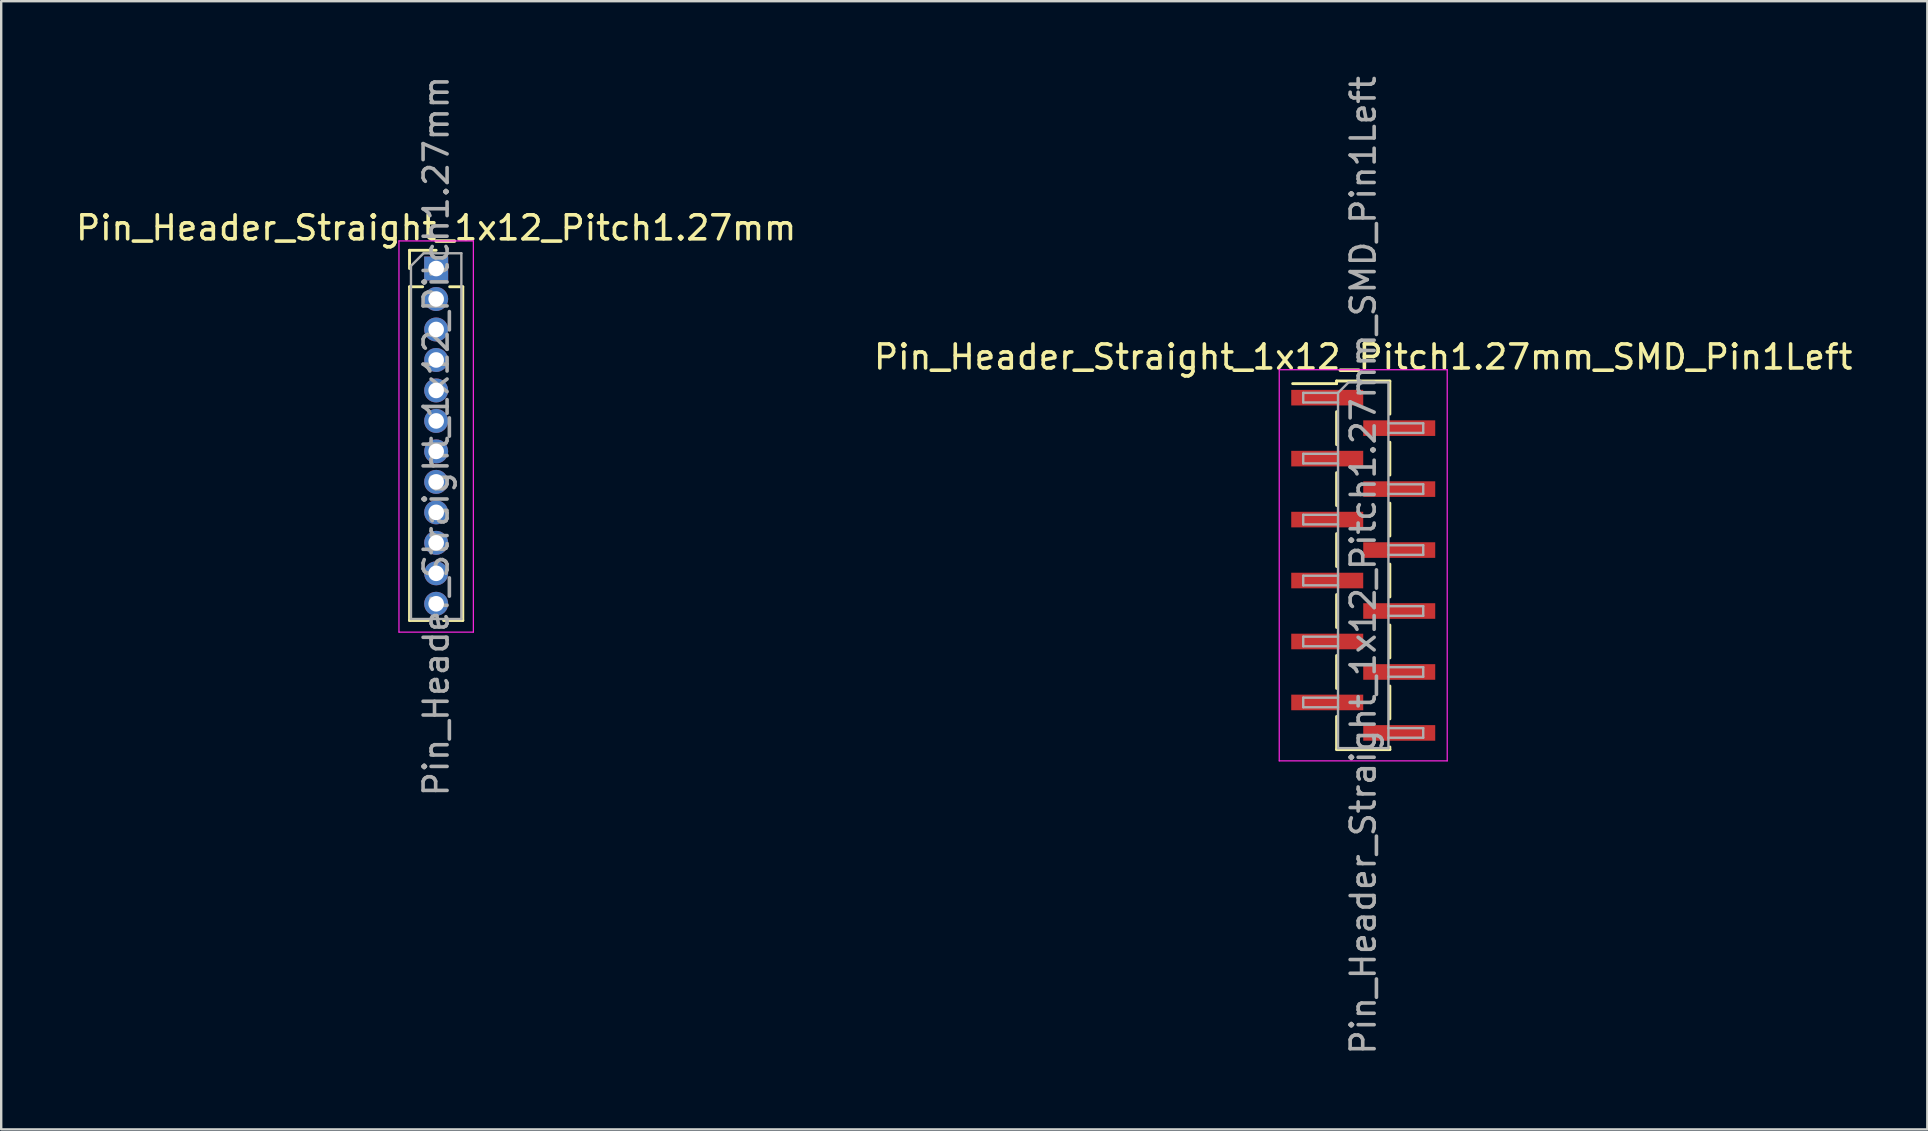
<source format=kicad_pcb>
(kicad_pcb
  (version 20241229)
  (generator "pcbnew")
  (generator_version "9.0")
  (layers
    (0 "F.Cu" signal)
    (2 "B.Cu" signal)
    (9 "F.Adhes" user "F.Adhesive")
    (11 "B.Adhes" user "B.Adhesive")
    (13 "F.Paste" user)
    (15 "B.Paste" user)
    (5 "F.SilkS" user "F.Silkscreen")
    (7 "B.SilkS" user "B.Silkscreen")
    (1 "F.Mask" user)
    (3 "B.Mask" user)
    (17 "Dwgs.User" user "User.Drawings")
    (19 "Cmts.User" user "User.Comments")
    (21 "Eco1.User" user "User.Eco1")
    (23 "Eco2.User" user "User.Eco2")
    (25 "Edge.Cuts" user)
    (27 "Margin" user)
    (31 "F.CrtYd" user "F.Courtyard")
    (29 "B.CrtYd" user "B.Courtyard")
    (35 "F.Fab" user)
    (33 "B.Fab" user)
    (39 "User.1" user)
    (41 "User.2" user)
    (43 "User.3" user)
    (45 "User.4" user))
  (footprint "Pin_Header_Straight_1x12_Pitch1.27mm_SMD_Pin1Left"
    (layer "F.Cu")
    (at 53.756 20.506)
    (property "Reference" "Pin_Header_Straight_1x12_Pitch1.27mm_SMD_Pin1Left" (at 0 -8.68 0) (layer "F.SilkS") (effects (font (size 1 1) (thickness 0.15))))
    (attr smd)
    (fp_line (start -1.11 -7.68) (end -1.11 -7.57) (stroke (width 0.12) (type solid)) (layer "F.SilkS"))
    (fp_line (start -1.11 -7.68) (end 1.11 -7.68) (stroke (width 0.12) (type solid)) (layer "F.SilkS"))
    (fp_line (start -1.11 -7.57) (end -2.94 -7.57) (stroke (width 0.12) (type solid)) (layer "F.SilkS"))
    (fp_line (start -1.11 -6.4) (end -1.11 -5.03) (stroke (width 0.12) (type solid)) (layer "F.SilkS"))
    (fp_line (start -1.11 -3.86) (end -1.11 -2.49) (stroke (width 0.12) (type solid)) (layer "F.SilkS"))
    (fp_line (start -1.11 -1.32) (end -1.11 0.05) (stroke (width 0.12) (type solid)) (layer "F.SilkS"))
    (fp_line (start -1.11 1.22) (end -1.11 2.59) (stroke (width 0.12) (type solid)) (layer "F.SilkS"))
    (fp_line (start -1.11 3.76) (end -1.11 5.13) (stroke (width 0.12) (type solid)) (layer "F.SilkS"))
    (fp_line (start -1.11 6.3) (end -1.11 7.67) (stroke (width 0.12) (type solid)) (layer "F.SilkS"))
    (fp_line (start -1.11 7.68) (end 1.11 7.68) (stroke (width 0.12) (type solid)) (layer "F.SilkS"))
    (fp_line (start 1.11 -7.67) (end 1.11 -6.3) (stroke (width 0.12) (type solid)) (layer "F.SilkS"))
    (fp_line (start 1.11 -5.13) (end 1.11 -3.76) (stroke (width 0.12) (type solid)) (layer "F.SilkS"))
    (fp_line (start 1.11 -2.59) (end 1.11 -1.22) (stroke (width 0.12) (type solid)) (layer "F.SilkS"))
    (fp_line (start 1.11 -0.05) (end 1.11 1.32) (stroke (width 0.12) (type solid)) (layer "F.SilkS"))
    (fp_line (start 1.11 2.49) (end 1.11 3.86) (stroke (width 0.12) (type solid)) (layer "F.SilkS"))
    (fp_line (start 1.11 5.03) (end 1.11 6.4) (stroke (width 0.12) (type solid)) (layer "F.SilkS"))
    (fp_line (start 1.11 7.57) (end 1.11 7.68) (stroke (width 0.12) (type solid)) (layer "F.SilkS"))
    (fp_line (start -3.5 -8.15) (end -3.5 8.15) (stroke (width 0.05) (type solid)) (layer "F.CrtYd"))
    (fp_line (start -3.5 8.15) (end 3.5 8.15) (stroke (width 0.05) (type solid)) (layer "F.CrtYd"))
    (fp_line (start 3.5 -8.15) (end -3.5 -8.15) (stroke (width 0.05) (type solid)) (layer "F.CrtYd"))
    (fp_line (start 3.5 8.15) (end 3.5 -8.15) (stroke (width 0.05) (type solid)) (layer "F.CrtYd"))
    (fp_line (start -2.5 -7.185) (end -2.5 -6.785) (stroke (width 0.1) (type solid)) (layer "F.Fab"))
    (fp_line (start -2.5 -6.785) (end -1.05 -6.785) (stroke (width 0.1) (type solid)) (layer "F.Fab"))
    (fp_line (start -2.5 -4.645) (end -2.5 -4.245) (stroke (width 0.1) (type solid)) (layer "F.Fab"))
    (fp_line (start -2.5 -4.245) (end -1.05 -4.245) (stroke (width 0.1) (type solid)) (layer "F.Fab"))
    (fp_line (start -2.5 -2.105) (end -2.5 -1.705) (stroke (width 0.1) (type solid)) (layer "F.Fab"))
    (fp_line (start -2.5 -1.705) (end -1.05 -1.705) (stroke (width 0.1) (type solid)) (layer "F.Fab"))
    (fp_line (start -2.5 0.435) (end -2.5 0.835) (stroke (width 0.1) (type solid)) (layer "F.Fab"))
    (fp_line (start -2.5 0.835) (end -1.05 0.835) (stroke (width 0.1) (type solid)) (layer "F.Fab"))
    (fp_line (start -2.5 2.975) (end -2.5 3.375) (stroke (width 0.1) (type solid)) (layer "F.Fab"))
    (fp_line (start -2.5 3.375) (end -1.05 3.375) (stroke (width 0.1) (type solid)) (layer "F.Fab"))
    (fp_line (start -2.5 5.515) (end -2.5 5.915) (stroke (width 0.1) (type solid)) (layer "F.Fab"))
    (fp_line (start -2.5 5.915) (end -1.05 5.915) (stroke (width 0.1) (type solid)) (layer "F.Fab"))
    (fp_line (start -1.05 -7.185) (end -2.5 -7.185) (stroke (width 0.1) (type solid)) (layer "F.Fab"))
    (fp_line (start -1.05 -7.185) (end -0.615 -7.62) (stroke (width 0.1) (type solid)) (layer "F.Fab"))
    (fp_line (start -1.05 -4.645) (end -2.5 -4.645) (stroke (width 0.1) (type solid)) (layer "F.Fab"))
    (fp_line (start -1.05 -2.105) (end -2.5 -2.105) (stroke (width 0.1) (type solid)) (layer "F.Fab"))
    (fp_line (start -1.05 0.435) (end -2.5 0.435) (stroke (width 0.1) (type solid)) (layer "F.Fab"))
    (fp_line (start -1.05 2.975) (end -2.5 2.975) (stroke (width 0.1) (type solid)) (layer "F.Fab"))
    (fp_line (start -1.05 5.515) (end -2.5 5.515) (stroke (width 0.1) (type solid)) (layer "F.Fab"))
    (fp_line (start -1.05 7.62) (end -1.05 -7.185) (stroke (width 0.1) (type solid)) (layer "F.Fab"))
    (fp_line (start -0.615 -7.62) (end 1.05 -7.62) (stroke (width 0.1) (type solid)) (layer "F.Fab"))
    (fp_line (start 1.05 -7.62) (end 1.05 7.62) (stroke (width 0.1) (type solid)) (layer "F.Fab"))
    (fp_line (start 1.05 -5.915) (end 2.5 -5.915) (stroke (width 0.1) (type solid)) (layer "F.Fab"))
    (fp_line (start 1.05 -3.375) (end 2.5 -3.375) (stroke (width 0.1) (type solid)) (layer "F.Fab"))
    (fp_line (start 1.05 -0.835) (end 2.5 -0.835) (stroke (width 0.1) (type solid)) (layer "F.Fab"))
    (fp_line (start 1.05 1.705) (end 2.5 1.705) (stroke (width 0.1) (type solid)) (layer "F.Fab"))
    (fp_line (start 1.05 4.245) (end 2.5 4.245) (stroke (width 0.1) (type solid)) (layer "F.Fab"))
    (fp_line (start 1.05 6.785) (end 2.5 6.785) (stroke (width 0.1) (type solid)) (layer "F.Fab"))
    (fp_line (start 1.05 7.62) (end -1.05 7.62) (stroke (width 0.1) (type solid)) (layer "F.Fab"))
    (fp_line (start 2.5 -5.915) (end 2.5 -5.515) (stroke (width 0.1) (type solid)) (layer "F.Fab"))
    (fp_line (start 2.5 -5.515) (end 1.05 -5.515) (stroke (width 0.1) (type solid)) (layer "F.Fab"))
    (fp_line (start 2.5 -3.375) (end 2.5 -2.975) (stroke (width 0.1) (type solid)) (layer "F.Fab"))
    (fp_line (start 2.5 -2.975) (end 1.05 -2.975) (stroke (width 0.1) (type solid)) (layer "F.Fab"))
    (fp_line (start 2.5 -0.835) (end 2.5 -0.435) (stroke (width 0.1) (type solid)) (layer "F.Fab"))
    (fp_line (start 2.5 -0.435) (end 1.05 -0.435) (stroke (width 0.1) (type solid)) (layer "F.Fab"))
    (fp_line (start 2.5 1.705) (end 2.5 2.105) (stroke (width 0.1) (type solid)) (layer "F.Fab"))
    (fp_line (start 2.5 2.105) (end 1.05 2.105) (stroke (width 0.1) (type solid)) (layer "F.Fab"))
    (fp_line (start 2.5 4.245) (end 2.5 4.645) (stroke (width 0.1) (type solid)) (layer "F.Fab"))
    (fp_line (start 2.5 4.645) (end 1.05 4.645) (stroke (width 0.1) (type solid)) (layer "F.Fab"))
    (fp_line (start 2.5 6.785) (end 2.5 7.185) (stroke (width 0.1) (type solid)) (layer "F.Fab"))
    (fp_line (start 2.5 7.185) (end 1.05 7.185) (stroke (width 0.1) (type solid)) (layer "F.Fab"))
    (fp_text user "${REFERENCE}" (at 0 0 90) (layer "F.Fab") (effects (font (size 1 1) (thickness 0.15))))
    (pad "1" smd rect (at -1.5 -6.985) (size 3 0.65) (layers "F.Cu" "F.Mask" "F.Paste"))
    (pad "2" smd rect (at 1.5 -5.715) (size 3 0.65) (layers "F.Cu" "F.Mask" "F.Paste"))
    (pad "3" smd rect (at -1.5 -4.445) (size 3 0.65) (layers "F.Cu" "F.Mask" "F.Paste"))
    (pad "4" smd rect (at 1.5 -3.175) (size 3 0.65) (layers "F.Cu" "F.Mask" "F.Paste"))
    (pad "5" smd rect (at -1.5 -1.905) (size 3 0.65) (layers "F.Cu" "F.Mask" "F.Paste"))
    (pad "6" smd rect (at 1.5 -0.635) (size 3 0.65) (layers "F.Cu" "F.Mask" "F.Paste"))
    (pad "7" smd rect (at -1.5 0.635) (size 3 0.65) (layers "F.Cu" "F.Mask" "F.Paste"))
    (pad "8" smd rect (at 1.5 1.905) (size 3 0.65) (layers "F.Cu" "F.Mask" "F.Paste"))
    (pad "9" smd rect (at -1.5 3.175) (size 3 0.65) (layers "F.Cu" "F.Mask" "F.Paste"))
    (pad "10" smd rect (at 1.5 4.445) (size 3 0.65) (layers "F.Cu" "F.Mask" "F.Paste"))
    (pad "11" smd rect (at -1.5 5.715) (size 3 0.65) (layers "F.Cu" "F.Mask" "F.Paste"))
    (pad "12" smd rect (at 1.5 6.985) (size 3 0.65) (layers "F.Cu" "F.Mask" "F.Paste")))
  (footprint "Pin_Header_Straight_1x12_Pitch1.27mm"
    (layer "F.Cu")
    (at 15.125 8.14)
    (property "Reference" "Pin_Header_Straight_1x12_Pitch1.27mm" (at 0 -1.695 0) (layer "F.SilkS") (effects (font (size 1 1) (thickness 0.15))))
    (attr through_hole)
    (fp_line (start -1.11 -0.76) (end 0 -0.76) (stroke (width 0.12) (type solid)) (layer "F.SilkS"))
    (fp_line (start -1.11 0) (end -1.11 -0.76) (stroke (width 0.12) (type solid)) (layer "F.SilkS"))
    (fp_line (start -1.11 0.76) (end -1.11 14.665) (stroke (width 0.12) (type solid)) (layer "F.SilkS"))
    (fp_line (start -1.11 0.76) (end -0.563 0.76) (stroke (width 0.12) (type solid)) (layer "F.SilkS"))
    (fp_line (start -1.11 14.665) (end -0.308 14.665) (stroke (width 0.12) (type solid)) (layer "F.SilkS"))
    (fp_line (start 0.308 14.665) (end 1.11 14.665) (stroke (width 0.12) (type solid)) (layer "F.SilkS"))
    (fp_line (start 0.563 0.76) (end 1.11 0.76) (stroke (width 0.12) (type solid)) (layer "F.SilkS"))
    (fp_line (start 1.11 0.76) (end 1.11 14.665) (stroke (width 0.12) (type solid)) (layer "F.SilkS"))
    (fp_line (start -1.55 -1.15) (end -1.55 15.15) (stroke (width 0.05) (type solid)) (layer "F.CrtYd"))
    (fp_line (start -1.55 15.15) (end 1.55 15.15) (stroke (width 0.05) (type solid)) (layer "F.CrtYd"))
    (fp_line (start 1.55 -1.15) (end -1.55 -1.15) (stroke (width 0.05) (type solid)) (layer "F.CrtYd"))
    (fp_line (start 1.55 15.15) (end 1.55 -1.15) (stroke (width 0.05) (type solid)) (layer "F.CrtYd"))
    (fp_line (start -1.05 -0.11) (end -0.525 -0.635) (stroke (width 0.1) (type solid)) (layer "F.Fab"))
    (fp_line (start -1.05 14.605) (end -1.05 -0.11) (stroke (width 0.1) (type solid)) (layer "F.Fab"))
    (fp_line (start -0.525 -0.635) (end 1.05 -0.635) (stroke (width 0.1) (type solid)) (layer "F.Fab"))
    (fp_line (start 1.05 -0.635) (end 1.05 14.605) (stroke (width 0.1) (type solid)) (layer "F.Fab"))
    (fp_line (start 1.05 14.605) (end -1.05 14.605) (stroke (width 0.1) (type solid)) (layer "F.Fab"))
    (fp_text user "${REFERENCE}" (at 0 6.985 90) (layer "F.Fab") (effects (font (size 1 1) (thickness 0.15))))
    (pad "1" thru_hole rect (at 0 0) (size 1 1) (drill 0.65) (layers "*.Cu" "*.Mask"))
    (pad "2" thru_hole oval (at 0 1.27) (size 1 1) (drill 0.65) (layers "*.Cu" "*.Mask"))
    (pad "3" thru_hole oval (at 0 2.54) (size 1 1) (drill 0.65) (layers "*.Cu" "*.Mask"))
    (pad "4" thru_hole oval (at 0 3.81) (size 1 1) (drill 0.65) (layers "*.Cu" "*.Mask"))
    (pad "5" thru_hole oval (at 0 5.08) (size 1 1) (drill 0.65) (layers "*.Cu" "*.Mask"))
    (pad "6" thru_hole oval (at 0 6.35) (size 1 1) (drill 0.65) (layers "*.Cu" "*.Mask"))
    (pad "7" thru_hole oval (at 0 7.62) (size 1 1) (drill 0.65) (layers "*.Cu" "*.Mask"))
    (pad "8" thru_hole oval (at 0 8.89) (size 1 1) (drill 0.65) (layers "*.Cu" "*.Mask"))
    (pad "9" thru_hole oval (at 0 10.16) (size 1 1) (drill 0.65) (layers "*.Cu" "*.Mask"))
    (pad "10" thru_hole oval (at 0 11.43) (size 1 1) (drill 0.65) (layers "*.Cu" "*.Mask"))
    (pad "11" thru_hole oval (at 0 12.7) (size 1 1) (drill 0.65) (layers "*.Cu" "*.Mask"))
    (pad "12" thru_hole oval (at 0 13.97) (size 1 1) (drill 0.65) (layers "*.Cu" "*.Mask")))
  (gr_rect
    (start -3 -3)
    (end 77.262 44.012)
    (stroke (width 0.1) (type default))
    (fill no)
    (layer "Edge.Cuts")))
</source>
